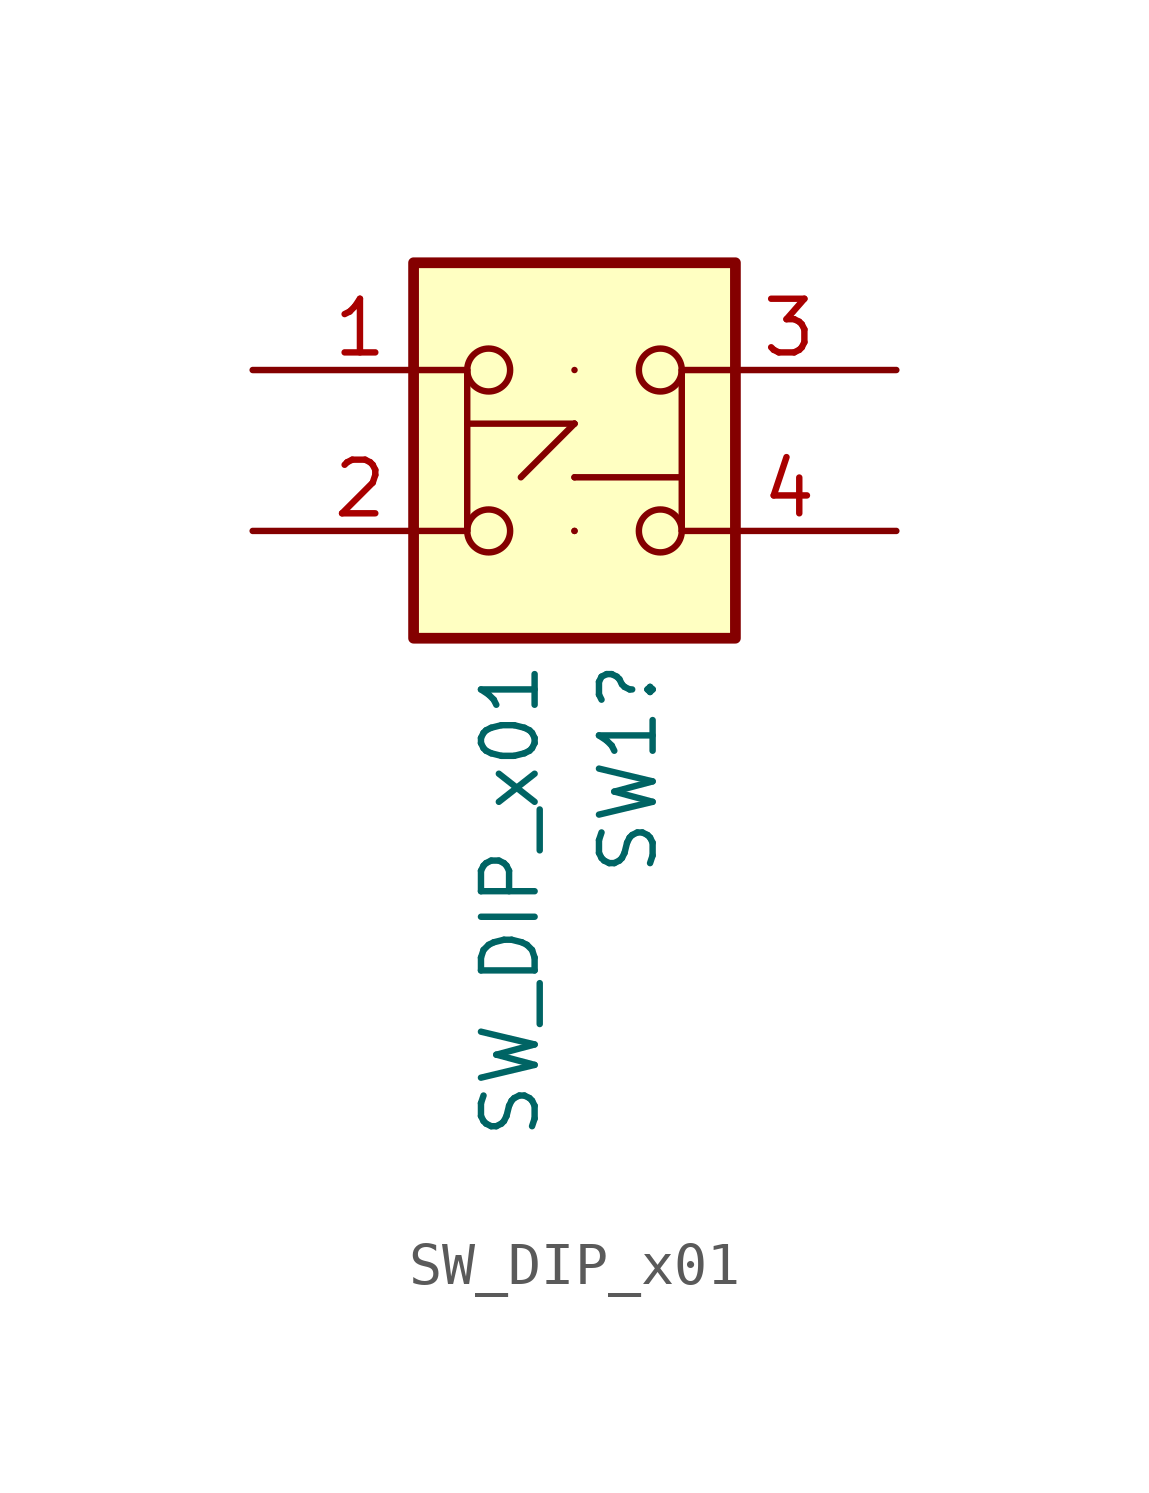
<source format=kicad_sym>
(kicad_symbol_lib
  (version 20241209)
  (generator "kicad_symbol_editor")
  (generator_version "9.0")
  (symbol "SW_DIP_x01"
    (pin_names
      (offset 0)
      (hide yes))
    (property "Reference" "SW1"
      (at 1.27 -6.858 90)
      (effects (font (size 1.27 1.27)) (justify right)))
    (property "Value" "SW_DIP_x01"
      (at -1.524 -6.858 90)
      (effects (font (size 1.27 1.27)) (justify right)))
    (symbol "SW_DIP_x01_0_0"
      (circle (center -2.032 0) (radius 0.508) (stroke (width 0) (type default)) (fill (type none)))
      (circle (center -2.032 -3.81) (radius 0.508) (stroke (width 0) (type default)) (fill (type none)))
      (circle (center 2.032 0) (radius 0.508) (stroke (width 0) (type default)) (fill (type none)))
      (circle (center 2.032 -3.81) (radius 0.508) (stroke (width 0) (type default)) (fill (type none))))
    (symbol "SW_DIP_x01_0_1"
      (rectangle (start -3.81 2.54) (end 3.81 -6.35) (stroke (width 0.254) (type default)) (fill (type background)))
      (polyline (pts (xy -2.54 0) (xy -2.54 -3.81) (xy -2.54 -2.54)) (stroke (width 0) (type default)) (fill (type none)))
      (polyline (pts (xy -2.54 -1.27) (xy 0 -1.27)) (stroke (width 0) (type default)) (fill (type none)))
      (polyline (pts (xy 0 0) (xy 0 0)) (stroke (width 0) (type default)) (fill (type none)))
      (polyline (pts (xy 0 -1.27) (xy -1.27 -2.54)) (stroke (width 0) (type default)) (fill (type none)))
      (polyline (pts (xy 0 -1.27) (xy 0 -1.27)) (stroke (width 0) (type default)) (fill (type none)))
      (polyline (pts (xy 0 -2.54) (xy 0 -2.54)) (stroke (width 0) (type default)) (fill (type none)))
      (polyline (pts (xy 0 -3.81) (xy 0 -3.81)) (stroke (width 0) (type default)) (fill (type none)))
      (polyline (pts (xy 0 -3.81) (xy 0 -3.81)) (stroke (width 0) (type default)) (fill (type none)))
      (polyline (pts (xy 2.54 0) (xy 2.54 -3.81)) (stroke (width 0) (type default)) (fill (type none)))
      (polyline (pts (xy 2.54 -2.54) (xy 0 -2.54)) (stroke (width 0) (type default)) (fill (type none)))
      (polyline (pts (xy 2.54 -2.54) (xy 2.54 -2.54)) (stroke (width 0) (type default)) (fill (type none)))
      (polyline (pts (xy 2.54 -2.54) (xy 2.54 -2.54)) (stroke (width 0) (type default)) (fill (type none)))
      (polyline (pts (xy 2.54 -2.54) (xy 2.54 -2.54)) (stroke (width 0) (type default)) (fill (type none)))
      (polyline (pts (xy 2.54 -2.54) (xy 2.54 -2.54)) (stroke (width 0) (type default)) (fill (type none))))
    (symbol "SW_DIP_x01_1_1"
      (pin passive line (at -7.62 0 0) (length 5.08) (name "~" (effects (font (size 1.27 1.27)))) (number "1" (effects (font (size 1.27 1.27)))))
      (pin passive line (at -7.62 -3.81 0) (length 5.08) (name "~" (effects (font (size 1.27 1.27)))) (number "2" (effects (font (size 1.27 1.27)))))
      (pin passive line (at 7.62 0 180) (length 5.08) (name "~" (effects (font (size 1.27 1.27)))) (number "3" (effects (font (size 1.27 1.27)))))
      (pin passive line (at 7.62 -3.81 180) (length 5.08) (name "~" (effects (font (size 1.27 1.27)))) (number "4" (effects (font (size 1.27 1.27))))))))
</source>
